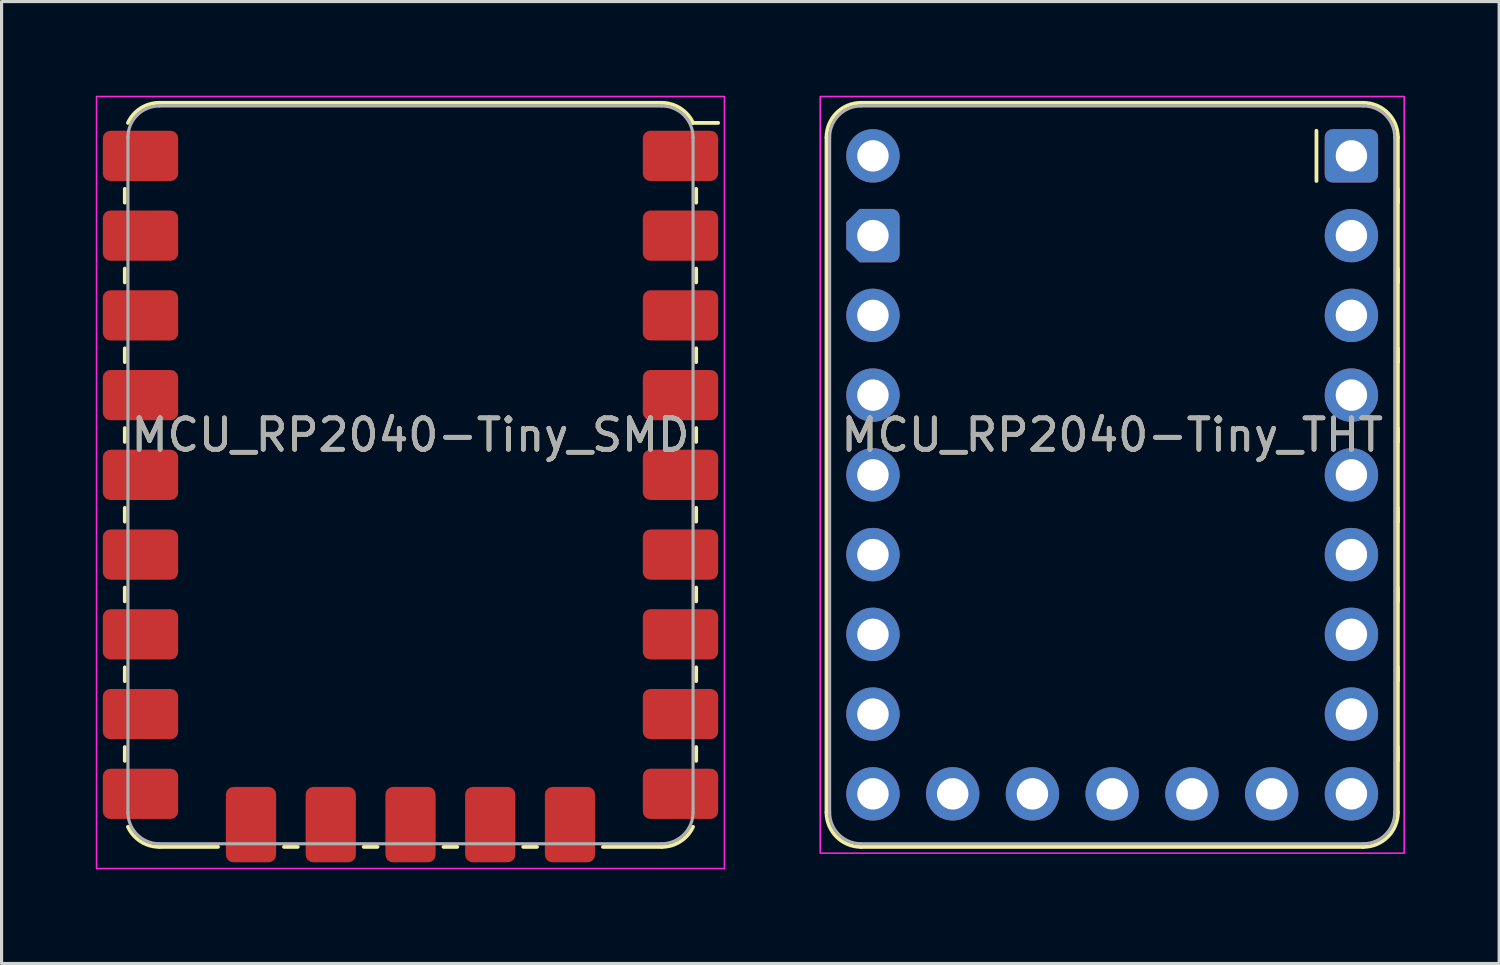
<source format=kicad_pcb>
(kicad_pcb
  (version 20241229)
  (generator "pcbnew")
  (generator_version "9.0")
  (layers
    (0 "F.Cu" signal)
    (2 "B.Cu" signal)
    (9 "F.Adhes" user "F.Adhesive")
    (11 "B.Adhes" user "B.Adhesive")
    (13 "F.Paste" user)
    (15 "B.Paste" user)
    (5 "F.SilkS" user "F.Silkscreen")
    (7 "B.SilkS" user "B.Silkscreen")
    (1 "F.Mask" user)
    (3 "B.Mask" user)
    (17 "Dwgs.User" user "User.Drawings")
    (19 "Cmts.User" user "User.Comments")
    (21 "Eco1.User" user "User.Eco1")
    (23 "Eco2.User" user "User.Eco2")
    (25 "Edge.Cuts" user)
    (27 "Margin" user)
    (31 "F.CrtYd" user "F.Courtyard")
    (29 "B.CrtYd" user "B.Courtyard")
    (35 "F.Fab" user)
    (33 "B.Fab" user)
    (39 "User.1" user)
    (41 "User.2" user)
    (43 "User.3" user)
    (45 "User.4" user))
  (footprint "MCU_RP2040-Tiny_SMD"
    (layer "F.Cu")
    (at 10.025 1.915)
    (property "Reference" "MCU_RP2040-Tiny_SMD" (at 0 8.89 0) (unlocked yes) (layer "F.SilkS") (effects (font (size 1 1) (thickness 0.15))))
    (attr through_hole)
    (fp_line (start -9.1 1.49) (end -9.1 1.05) (stroke (width 0.12) (type default)) (layer "F.SilkS"))
    (fp_line (start -9.1 4.03) (end -9.1 3.59) (stroke (width 0.12) (type default)) (layer "F.SilkS"))
    (fp_line (start -9.1 6.57) (end -9.1 6.13) (stroke (width 0.12) (type default)) (layer "F.SilkS"))
    (fp_line (start -9.1 9.11) (end -9.1 8.67) (stroke (width 0.12) (type default)) (layer "F.SilkS"))
    (fp_line (start -9.1 11.65) (end -9.1 11.21) (stroke (width 0.12) (type default)) (layer "F.SilkS"))
    (fp_line (start -9.1 13.75) (end -9.1 14.19) (stroke (width 0.12) (type default)) (layer "F.SilkS"))
    (fp_line (start -9.1 16.73) (end -9.1 16.29) (stroke (width 0.12) (type default)) (layer "F.SilkS"))
    (fp_line (start -9.1 19.27) (end -9.1 18.83) (stroke (width 0.12) (type default)) (layer "F.SilkS"))
    (fp_line (start -8 -1.69) (end 8 -1.69) (stroke (width 0.12) (type default)) (layer "F.SilkS"))
    (fp_line (start -8 22.01) (end -6.13 22.01) (stroke (width 0.12) (type default)) (layer "F.SilkS"))
    (fp_line (start -4.03 22.01) (end -3.59 22.01) (stroke (width 0.12) (type default)) (layer "F.SilkS"))
    (fp_line (start -1.49 22.01) (end -1.05 22.01) (stroke (width 0.12) (type default)) (layer "F.SilkS"))
    (fp_line (start 1.49 22.01) (end 1.05 22.01) (stroke (width 0.12) (type default)) (layer "F.SilkS"))
    (fp_line (start 4.03 22.01) (end 3.59 22.01) (stroke (width 0.12) (type default)) (layer "F.SilkS"))
    (fp_line (start 6.129 22.01) (end 7.999 22.01) (stroke (width 0.12) (type default)) (layer "F.SilkS"))
    (fp_line (start 9 -1.05) (end 9.8 -1.05) (stroke (width 0.12) (type default)) (layer "F.SilkS"))
    (fp_line (start 9.1 1.49) (end 9.1 1.05) (stroke (width 0.12) (type default)) (layer "F.SilkS"))
    (fp_line (start 9.1 4.03) (end 9.1 3.59) (stroke (width 0.12) (type default)) (layer "F.SilkS"))
    (fp_line (start 9.1 6.57) (end 9.1 6.13) (stroke (width 0.12) (type default)) (layer "F.SilkS"))
    (fp_line (start 9.1 9.11) (end 9.1 8.67) (stroke (width 0.12) (type default)) (layer "F.SilkS"))
    (fp_line (start 9.1 11.65) (end 9.1 11.21) (stroke (width 0.12) (type default)) (layer "F.SilkS"))
    (fp_line (start 9.1 13.75) (end 9.1 14.19) (stroke (width 0.12) (type default)) (layer "F.SilkS"))
    (fp_line (start 9.1 16.73) (end 9.1 16.29) (stroke (width 0.12) (type default)) (layer "F.SilkS"))
    (fp_line (start 9.1 19.27) (end 9.1 18.83) (stroke (width 0.12) (type default)) (layer "F.SilkS"))
    (fp_arc (start -9 -1.05) (mid -8.593829 -1.516805) (end -8 -1.69) (stroke (width 0.12) (type default)) (layer "F.SilkS"))
    (fp_arc (start -8 22.01) (mid -8.593919 21.836748) (end -9 21.37) (stroke (width 0.12) (type default)) (layer "F.SilkS"))
    (fp_arc (start 8 -1.69) (mid 8.593437 -1.516193) (end 9 -1.05) (stroke (width 0.12) (type default)) (layer "F.SilkS"))
    (fp_arc (start 9 21.37) (mid 8.593527 21.836136) (end 8 22.01) (stroke (width 0.12) (type default)) (layer "F.SilkS"))
    (fp_rect (start -10 -1.89) (end 10 22.7) (stroke (width 0.05) (type solid)) (fill no) (layer "F.CrtYd"))
    (fp_line (start -9 20.91) (end -9 -0.59) (stroke (width 0.1) (type default)) (layer "F.Fab"))
    (fp_line (start -8 -1.59) (end 8 -1.59) (stroke (width 0.1) (type default)) (layer "F.Fab"))
    (fp_line (start 8 21.91) (end -8 21.91) (stroke (width 0.1) (type default)) (layer "F.Fab"))
    (fp_line (start 9 -0.59) (end 9 20.91) (stroke (width 0.1) (type default)) (layer "F.Fab"))
    (fp_arc (start -9 -0.59) (mid -8.707107 -1.297107) (end -8 -1.59) (stroke (width 0.1) (type default)) (layer "F.Fab"))
    (fp_arc (start -8 21.91) (mid -8.707107 21.617107) (end -9 20.91) (stroke (width 0.1) (type default)) (layer "F.Fab"))
    (fp_arc (start 8 -1.59) (mid 8.707107 -1.297107) (end 9 -0.59) (stroke (width 0.1) (type default)) (layer "F.Fab"))
    (fp_arc (start 9 20.91) (mid 8.707107 21.617107) (end 8 21.91) (stroke (width 0.1) (type default)) (layer "F.Fab"))
    (fp_text user "${REFERENCE}" (at 0 8.89 0) (unlocked yes) (layer "F.Fab") (effects (font (size 1 1) (thickness 0.15))))
    (pad "1" smd roundrect (at 8.2 0 180) (size 2.4 1.6) (drill (offset -0.4 0)) (layers "F.Cu" "F.Mask" "F.Paste") (roundrect_rratio 0.15))
    (pad "2" smd roundrect (at 8.2 2.54) (size 2.4 1.6) (drill (offset 0.4 0)) (layers "F.Cu" "F.Mask" "F.Paste") (roundrect_rratio 0.15))
    (pad "3" smd roundrect (at 8.2 5.08) (size 2.4 1.6) (drill (offset 0.4 0)) (layers "F.Cu" "F.Mask" "F.Paste") (roundrect_rratio 0.15))
    (pad "4" smd roundrect (at 8.2 7.62) (size 2.4 1.6) (drill (offset 0.4 0)) (layers "F.Cu" "F.Mask" "F.Paste") (roundrect_rratio 0.15))
    (pad "5" smd roundrect (at 8.2 10.16) (size 2.4 1.6) (drill (offset 0.4 0)) (layers "F.Cu" "F.Mask" "F.Paste") (roundrect_rratio 0.15))
    (pad "6" smd roundrect (at 8.2 12.7) (size 2.4 1.6) (drill (offset 0.4 0)) (layers "F.Cu" "F.Mask" "F.Paste") (roundrect_rratio 0.15))
    (pad "7" smd roundrect (at 8.2 15.24) (size 2.4 1.6) (drill (offset 0.4 0)) (layers "F.Cu" "F.Mask" "F.Paste") (roundrect_rratio 0.15))
    (pad "8" smd roundrect (at 8.2 17.78) (size 2.4 1.6) (drill (offset 0.4 0)) (layers "F.Cu" "F.Mask" "F.Paste") (roundrect_rratio 0.15))
    (pad "9" smd roundrect (at 8.2 20.32) (size 2.4 1.6) (drill (offset 0.4 0)) (layers "F.Cu" "F.Mask" "F.Paste") (roundrect_rratio 0.15))
    (pad "10" smd roundrect (at 5.08 20.9 90) (size 2.4 1.6) (drill (offset -0.4 0)) (layers "F.Cu" "F.Mask" "F.Paste") (roundrect_rratio 0.15))
    (pad "11" smd roundrect (at 2.54 20.9 90) (size 2.4 1.6) (drill (offset -0.4 0)) (layers "F.Cu" "F.Mask" "F.Paste") (roundrect_rratio 0.15))
    (pad "12" smd roundrect (at 0 20.9 90) (size 2.4 1.6) (drill (offset -0.4 0)) (layers "F.Cu" "F.Mask" "F.Paste") (roundrect_rratio 0.15))
    (pad "13" smd roundrect (at -2.54 20.9 90) (size 2.4 1.6) (drill (offset -0.4 0)) (layers "F.Cu" "F.Mask" "F.Paste") (roundrect_rratio 0.15))
    (pad "14" smd roundrect (at -5.08 20.9 90) (size 2.4 1.6) (drill (offset -0.4 0)) (layers "F.Cu" "F.Mask" "F.Paste") (roundrect_rratio 0.15))
    (pad "15" smd roundrect (at -8.2 20.32) (size 2.4 1.6) (drill (offset -0.4 0)) (layers "F.Cu" "F.Mask" "F.Paste") (roundrect_rratio 0.15))
    (pad "16" smd roundrect (at -8.2 17.78) (size 2.4 1.6) (drill (offset -0.4 0)) (layers "F.Cu" "F.Mask" "F.Paste") (roundrect_rratio 0.15))
    (pad "17" smd roundrect (at -8.2 15.24) (size 2.4 1.6) (drill (offset -0.4 0)) (layers "F.Cu" "F.Mask" "F.Paste") (roundrect_rratio 0.15))
    (pad "18" smd roundrect (at -8.2 12.7) (size 2.4 1.6) (drill (offset -0.4 0)) (layers "F.Cu" "F.Mask" "F.Paste") (roundrect_rratio 0.15))
    (pad "19" smd roundrect (at -8.2 10.16) (size 2.4 1.6) (drill (offset -0.4 0)) (layers "F.Cu" "F.Mask" "F.Paste") (roundrect_rratio 0.15))
    (pad "20" smd roundrect (at -8.2 7.62) (size 2.4 1.6) (drill (offset -0.4 0)) (layers "F.Cu" "F.Mask" "F.Paste") (roundrect_rratio 0.15))
    (pad "21" smd roundrect (at -8.2 5.08) (size 2.4 1.6) (drill (offset -0.4 0)) (layers "F.Cu" "F.Mask" "F.Paste") (roundrect_rratio 0.15))
    (pad "22" smd roundrect (at -8.2 2.54) (size 2.4 1.6) (drill (offset -0.4 0)) (layers "F.Cu" "F.Mask" "F.Paste") (roundrect_rratio 0.15))
    (pad "23" smd roundrect (at -8.2 0) (size 2.4 1.6) (drill (offset -0.4 0)) (layers "F.Cu" "F.Mask" "F.Paste") (roundrect_rratio 0.15)))
  (footprint "MCU_RP2040-Tiny_THT"
    (layer "F.Cu")
    (at 32.375 1.915)
    (property "Reference" "MCU_RP2040-Tiny_THT" (at 0 8.89 0) (unlocked yes) (layer "F.SilkS") (effects (font (size 1 1) (thickness 0.15))))
    (attr through_hole)
    (fp_line (start -9.1 20.91) (end -9.1 -0.59) (stroke (width 0.12) (type default)) (layer "F.SilkS"))
    (fp_line (start -8 -1.69) (end 8 -1.69) (stroke (width 0.12) (type default)) (layer "F.SilkS"))
    (fp_line (start 6.506 -0.8) (end 6.506 0.8) (stroke (width 0.12) (type default)) (layer "F.SilkS"))
    (fp_line (start 8 22.01) (end -8 22.01) (stroke (width 0.12) (type default)) (layer "F.SilkS"))
    (fp_line (start 9.1 1.49) (end 9.1 1.05) (stroke (width 0.12) (type default)) (layer "F.SilkS"))
    (fp_line (start 9.1 4.03) (end 9.1 3.59) (stroke (width 0.12) (type default)) (layer "F.SilkS"))
    (fp_line (start 9.1 6.57) (end 9.1 6.13) (stroke (width 0.12) (type default)) (layer "F.SilkS"))
    (fp_line (start 9.1 9.11) (end 9.1 8.67) (stroke (width 0.12) (type default)) (layer "F.SilkS"))
    (fp_line (start 9.1 11.65) (end 9.1 11.21) (stroke (width 0.12) (type default)) (layer "F.SilkS"))
    (fp_line (start 9.1 13.75) (end 9.1 14.19) (stroke (width 0.12) (type default)) (layer "F.SilkS"))
    (fp_line (start 9.1 16.73) (end 9.1 16.29) (stroke (width 0.12) (type default)) (layer "F.SilkS"))
    (fp_line (start 9.1 19.27) (end 9.1 18.83) (stroke (width 0.12) (type default)) (layer "F.SilkS"))
    (fp_line (start 9.1 20.91) (end 9.1 -0.59) (stroke (width 0.12) (type default)) (layer "F.SilkS"))
    (fp_arc (start -9.1 -0.59) (mid -8.777817 -1.367817) (end -8 -1.69) (stroke (width 0.12) (type default)) (layer "F.SilkS"))
    (fp_arc (start -8 22.01) (mid -8.777817 21.687817) (end -9.1 20.91) (stroke (width 0.12) (type default)) (layer "F.SilkS"))
    (fp_arc (start 8 -1.69) (mid 8.777817 -1.367817) (end 9.1 -0.59) (stroke (width 0.12) (type default)) (layer "F.SilkS"))
    (fp_arc (start 9.1 20.91) (mid 8.777817 21.687817) (end 8 22.01) (stroke (width 0.12) (type default)) (layer "F.SilkS"))
    (fp_rect (start -9.3 -1.89) (end 9.3 22.21) (stroke (width 0.05) (type solid)) (fill no) (layer "F.CrtYd"))
    (fp_line (start -9 20.91) (end -9 -0.59) (stroke (width 0.1) (type default)) (layer "F.Fab"))
    (fp_line (start -8 -1.59) (end 8 -1.59) (stroke (width 0.1) (type default)) (layer "F.Fab"))
    (fp_line (start 8 21.91) (end -8 21.91) (stroke (width 0.1) (type default)) (layer "F.Fab"))
    (fp_line (start 9 -0.59) (end 9 20.91) (stroke (width 0.1) (type default)) (layer "F.Fab"))
    (fp_arc (start -9 -0.59) (mid -8.707107 -1.297107) (end -8 -1.59) (stroke (width 0.1) (type default)) (layer "F.Fab"))
    (fp_arc (start -8 21.91) (mid -8.707107 21.617107) (end -9 20.91) (stroke (width 0.1) (type default)) (layer "F.Fab"))
    (fp_arc (start 8 -1.59) (mid 8.707107 -1.297107) (end 9 -0.59) (stroke (width 0.1) (type default)) (layer "F.Fab"))
    (fp_arc (start 9 20.91) (mid 8.707107 21.617107) (end 8 21.91) (stroke (width 0.1) (type default)) (layer "F.Fab"))
    (fp_text user "${REFERENCE}" (at 0 8.89 0) (unlocked yes) (layer "F.Fab") (effects (font (size 1 1) (thickness 0.15))))
    (pad "1" thru_hole roundrect (at 7.62 0 270) (size 1.7 1.7) (drill 1) (layers "*.Cu" "*.Mask") (roundrect_rratio 0.15))
    (pad "2" thru_hole circle (at 7.62 2.54 270) (size 1.7 1.7) (drill 1) (layers "*.Cu" "*.Mask"))
    (pad "3" thru_hole circle (at 7.62 5.08 270) (size 1.7 1.7) (drill 1) (layers "*.Cu" "*.Mask"))
    (pad "4" thru_hole circle (at 7.62 7.62 270) (size 1.7 1.7) (drill 1) (layers "*.Cu" "*.Mask"))
    (pad "5" thru_hole circle (at 7.62 10.16 270) (size 1.7 1.7) (drill 1) (layers "*.Cu" "*.Mask"))
    (pad "6" thru_hole circle (at 7.62 12.7 270) (size 1.7 1.7) (drill 1) (layers "*.Cu" "*.Mask"))
    (pad "7" thru_hole circle (at 7.62 15.24 270) (size 1.7 1.7) (drill 1) (layers "*.Cu" "*.Mask"))
    (pad "8" thru_hole circle (at 7.62 17.78 270) (size 1.7 1.7) (drill 1) (layers "*.Cu" "*.Mask"))
    (pad "9" thru_hole circle (at 7.62 20.32 270) (size 1.7 1.7) (drill 1) (layers "*.Cu" "*.Mask"))
    (pad "10" thru_hole circle (at 5.08 20.32) (size 1.7 1.7) (drill 1) (layers "*.Cu" "*.Mask"))
    (pad "11" thru_hole circle (at 2.54 20.32) (size 1.7 1.7) (drill 1) (layers "*.Cu" "*.Mask"))
    (pad "12" thru_hole circle (at 0 20.32) (size 1.7 1.7) (drill 1) (layers "*.Cu" "*.Mask"))
    (pad "13" thru_hole circle (at -2.54 20.32) (size 1.7 1.7) (drill 1) (layers "*.Cu" "*.Mask"))
    (pad "14" thru_hole circle (at -5.08 20.32) (size 1.7 1.7) (drill 1) (layers "*.Cu" "*.Mask"))
    (pad "15" thru_hole circle (at -7.62 20.32 270) (size 1.7 1.7) (drill 1) (layers "*.Cu" "*.Mask"))
    (pad "16" thru_hole circle (at -7.62 17.78 270) (size 1.7 1.7) (drill 1) (layers "*.Cu" "*.Mask"))
    (pad "17" thru_hole circle (at -7.62 15.24 270) (size 1.7 1.7) (drill 1) (layers "*.Cu" "*.Mask"))
    (pad "18" thru_hole circle (at -7.62 12.7 270) (size 1.7 1.7) (drill 1) (layers "*.Cu" "*.Mask"))
    (pad "19" thru_hole circle (at -7.62 10.16 270) (size 1.7 1.7) (drill 1) (layers "*.Cu" "*.Mask"))
    (pad "20" thru_hole circle (at -7.62 7.62 270) (size 1.7 1.7) (drill 1) (layers "*.Cu" "*.Mask"))
    (pad "21" thru_hole circle (at -7.62 5.08 270) (size 1.7 1.7) (drill 1) (layers "*.Cu" "*.Mask"))
    (pad "22" thru_hole roundrect (at -7.62 2.54) (size 1.7 1.7) (drill 1) (layers "*.Cu" "*.Mask") (roundrect_rratio 0.15) (chamfer_ratio 0.25) (chamfer top_left bottom_left))
    (pad "23" thru_hole circle (at -7.62 0 270) (size 1.7 1.7) (drill 1) (layers "*.Cu" "*.Mask")))
  (gr_rect
    (start -3 -3)
    (end 44.7 27.64)
    (stroke (width 0.1) (type default))
    (fill no)
    (layer "Edge.Cuts")))
</source>
